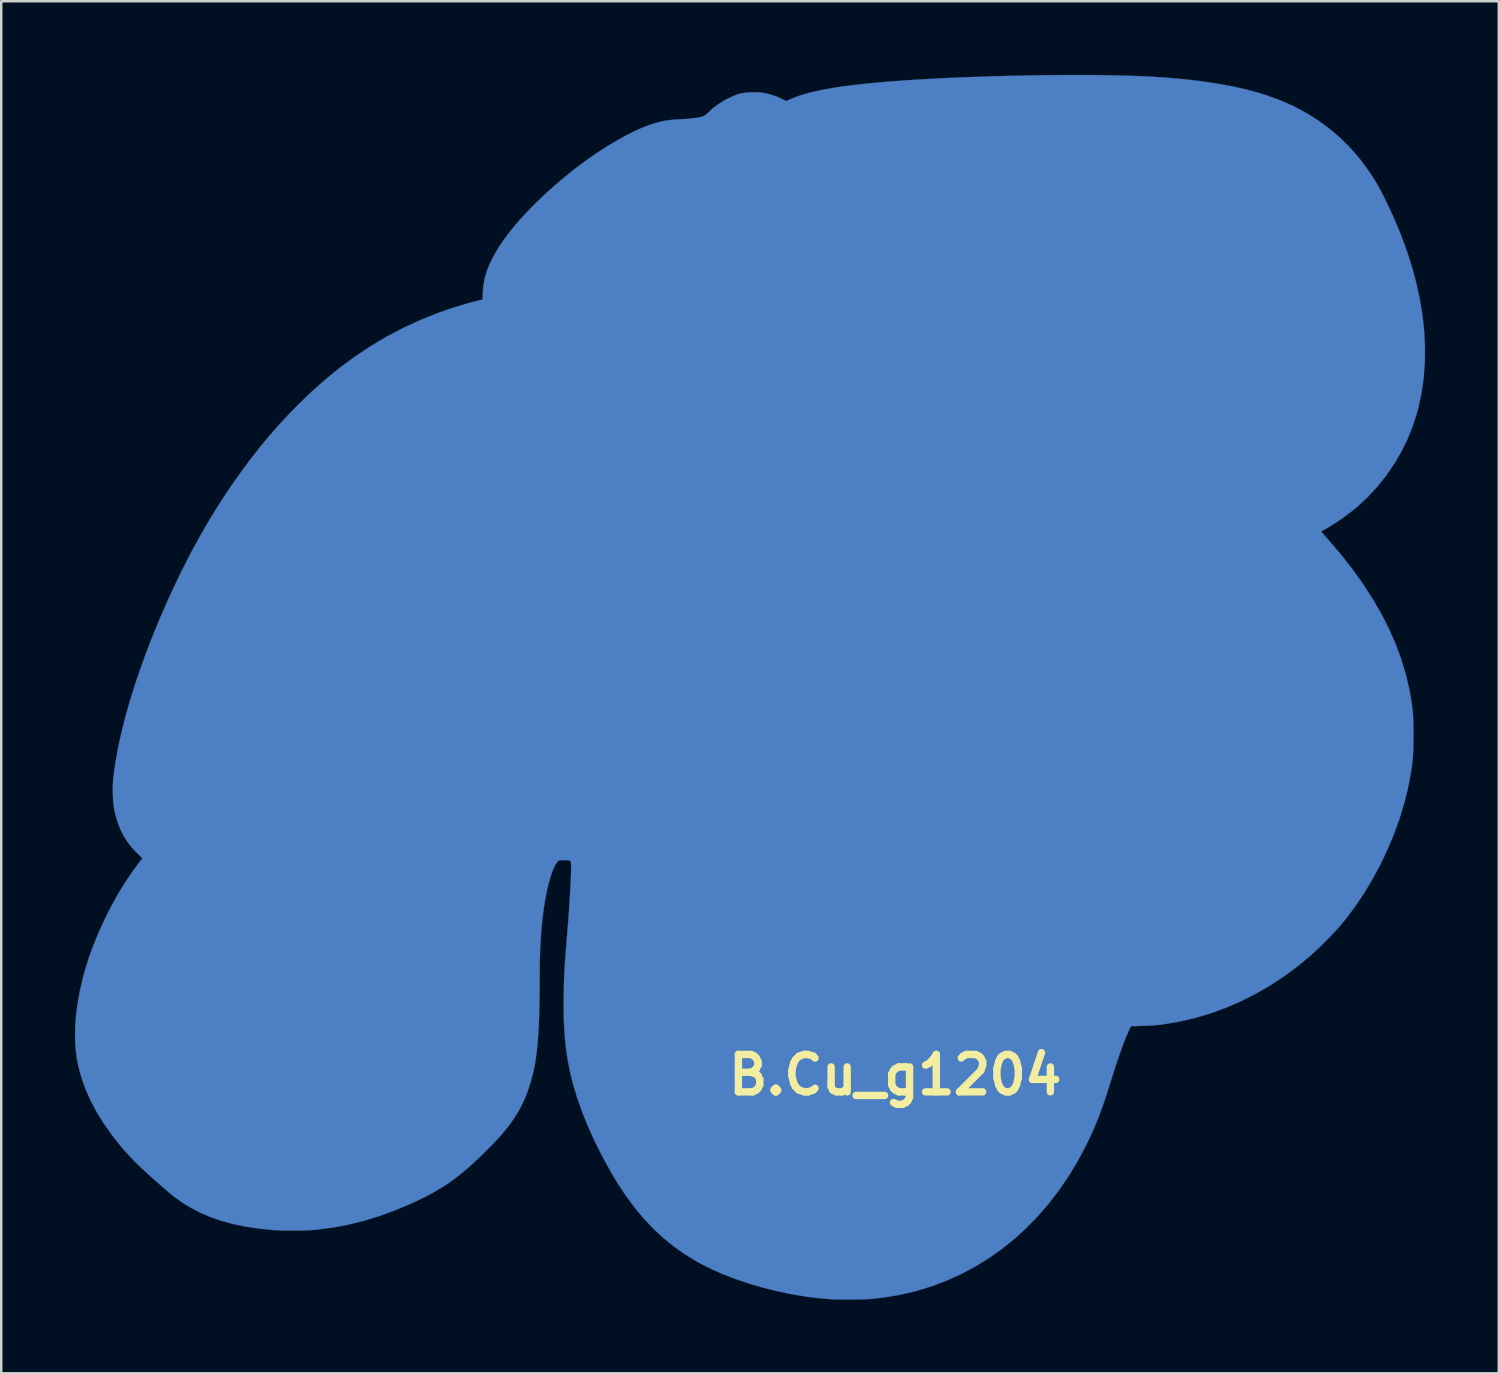
<source format=kicad_pcb>
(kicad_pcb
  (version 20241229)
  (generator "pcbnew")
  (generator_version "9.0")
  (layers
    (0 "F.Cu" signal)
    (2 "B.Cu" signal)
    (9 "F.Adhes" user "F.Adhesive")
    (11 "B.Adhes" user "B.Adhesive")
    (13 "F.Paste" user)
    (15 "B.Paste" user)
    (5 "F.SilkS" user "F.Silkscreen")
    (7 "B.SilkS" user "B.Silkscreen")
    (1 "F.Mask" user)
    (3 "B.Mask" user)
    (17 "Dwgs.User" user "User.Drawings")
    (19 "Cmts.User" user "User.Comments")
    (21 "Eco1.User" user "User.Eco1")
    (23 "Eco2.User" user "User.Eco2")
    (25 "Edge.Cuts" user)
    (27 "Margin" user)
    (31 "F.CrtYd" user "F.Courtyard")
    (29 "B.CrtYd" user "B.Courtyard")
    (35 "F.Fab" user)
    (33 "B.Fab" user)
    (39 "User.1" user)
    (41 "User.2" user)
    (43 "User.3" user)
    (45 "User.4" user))
  (footprint "B.Cu_g1204"
    (layer "F.Cu")
    (at 33.395 40.708)
    (property "Reference" "B.Cu_g1204" (at 0 0 0) (layer "F.SilkS") (effects (font (size 1.524 1.524) (thickness 0.3))))
    (attr through_hole)
    (fp_poly (pts (xy 7.682 -40.703) (xy 8.254 -40.699) (xy 8.801 -40.691) (xy 9.32 -40.68) (xy 9.806 -40.664) (xy 10.254 -40.645) (xy 10.351 -40.64) (xy 11.1 -40.591) (xy 11.81 -40.527) (xy 12.481 -40.448) (xy 13.115 -40.353) (xy 13.711 -40.244) (xy 14.27 -40.119) (xy 14.792 -39.979) (xy 15.113 -39.879) (xy 15.677 -39.673) (xy 16.216 -39.433) (xy 16.729 -39.16) (xy 17.215 -38.855) (xy 17.675 -38.518) (xy 18.107 -38.149) (xy 18.511 -37.749) (xy 18.885 -37.319) (xy 19.231 -36.858) (xy 19.357 -36.671) (xy 19.46 -36.511) (xy 19.549 -36.369) (xy 19.629 -36.234) (xy 19.706 -36.096) (xy 19.787 -35.945) (xy 19.877 -35.769) (xy 19.915 -35.693) (xy 20.249 -34.991) (xy 20.545 -34.294) (xy 20.804 -33.602) (xy 21.025 -32.917) (xy 21.208 -32.24) (xy 21.354 -31.57) (xy 21.462 -30.91) (xy 21.531 -30.26) (xy 21.562 -29.622) (xy 21.555 -28.995) (xy 21.51 -28.381) (xy 21.425 -27.782) (xy 21.302 -27.198) (xy 21.231 -26.93) (xy 21.058 -26.395) (xy 20.846 -25.872) (xy 20.596 -25.366) (xy 20.311 -24.878) (xy 19.992 -24.412) (xy 19.641 -23.97) (xy 19.26 -23.555) (xy 18.851 -23.171) (xy 18.849 -23.169) (xy 18.671 -23.02) (xy 18.472 -22.864) (xy 18.262 -22.709) (xy 18.047 -22.558) (xy 17.838 -22.419) (xy 17.642 -22.297) (xy 17.467 -22.198) (xy 17.452 -22.191) (xy 17.392 -22.157) (xy 17.352 -22.13) (xy 17.341 -22.116) (xy 17.356 -22.097) (xy 17.395 -22.051) (xy 17.453 -21.984) (xy 17.526 -21.9) (xy 17.611 -21.804) (xy 17.625 -21.788) (xy 18.143 -21.181) (xy 18.618 -20.573) (xy 19.052 -19.967) (xy 19.443 -19.36) (xy 19.793 -18.753) (xy 20.102 -18.145) (xy 20.369 -17.537) (xy 20.595 -16.927) (xy 20.779 -16.317) (xy 20.923 -15.704) (xy 20.963 -15.494) (xy 20.997 -15.297) (xy 21.025 -15.121) (xy 21.046 -14.957) (xy 21.063 -14.798) (xy 21.076 -14.636) (xy 21.084 -14.462) (xy 21.089 -14.27) (xy 21.092 -14.049) (xy 21.092 -13.832) (xy 21.091 -13.59) (xy 21.089 -13.382) (xy 21.084 -13.2) (xy 21.075 -13.035) (xy 21.064 -12.879) (xy 21.048 -12.724) (xy 21.027 -12.562) (xy 21.001 -12.383) (xy 20.974 -12.213) (xy 20.858 -11.617) (xy 20.705 -11.011) (xy 20.516 -10.401) (xy 20.294 -9.791) (xy 20.041 -9.187) (xy 19.759 -8.593) (xy 19.451 -8.015) (xy 19.118 -7.456) (xy 18.764 -6.921) (xy 18.39 -6.417) (xy 18.101 -6.064) (xy 17.986 -5.934) (xy 17.847 -5.784) (xy 17.691 -5.62) (xy 17.525 -5.451) (xy 17.357 -5.284) (xy 17.194 -5.126) (xy 17.043 -4.985) (xy 16.944 -4.895) (xy 16.409 -4.447) (xy 15.854 -4.034) (xy 15.281 -3.656) (xy 14.692 -3.314) (xy 14.09 -3.009) (xy 13.475 -2.741) (xy 12.849 -2.512) (xy 12.216 -2.323) (xy 11.576 -2.173) (xy 10.931 -2.065) (xy 10.753 -2.042) (xy 10.637 -2.031) (xy 10.492 -2.02) (xy 10.331 -2.01) (xy 10.167 -2.001) (xy 10.029 -1.996) (xy 9.592 -1.983) (xy 9.504 -1.795) (xy 9.412 -1.588) (xy 9.316 -1.349) (xy 9.214 -1.079) (xy 9.106 -0.774) (xy 8.991 -0.434) (xy 8.869 -0.056) (xy 8.749 0.328) (xy 8.622 0.732) (xy 8.5 1.102) (xy 8.379 1.443) (xy 8.258 1.764) (xy 8.133 2.071) (xy 8.002 2.371) (xy 7.862 2.67) (xy 7.749 2.9) (xy 7.41 3.533) (xy 7.045 4.136) (xy 6.653 4.708) (xy 6.235 5.25) (xy 5.793 5.76) (xy 5.327 6.237) (xy 4.839 6.681) (xy 4.328 7.091) (xy 3.796 7.466) (xy 3.244 7.805) (xy 2.672 8.109) (xy 2.082 8.375) (xy 1.475 8.604) (xy 0.85 8.795) (xy 0.688 8.837) (xy 0.105 8.967) (xy -0.489 9.062) (xy -1.067 9.123) (xy -1.155 9.128) (xy -1.279 9.132) (xy -1.429 9.135) (xy -1.598 9.138) (xy -1.778 9.139) (xy -1.961 9.14) (xy -2.14 9.14) (xy -2.306 9.138) (xy -2.452 9.136) (xy -2.571 9.133) (xy -2.635 9.129) (xy -3.187 9.08) (xy -3.748 9.006) (xy -4.313 8.908) (xy -4.876 8.788) (xy -5.433 8.647) (xy -5.977 8.486) (xy -6.505 8.308) (xy -7.009 8.114) (xy -7.485 7.904) (xy -7.929 7.682) (xy -8.098 7.588) (xy -8.569 7.298) (xy -9.017 6.981) (xy -9.444 6.634) (xy -9.85 6.256) (xy -10.239 5.844) (xy -10.611 5.399) (xy -10.967 4.916) (xy -11.311 4.396) (xy -11.603 3.905) (xy -11.934 3.299) (xy -12.235 2.697) (xy -12.504 2.104) (xy -12.74 1.521) (xy -12.942 0.952) (xy -13.11 0.399) (xy -13.186 0.104) (xy -13.27 -0.269) (xy -13.34 -0.641) (xy -13.397 -1.019) (xy -13.44 -1.407) (xy -13.472 -1.811) (xy -13.492 -2.239) (xy -13.5 -2.695) (xy -13.498 -3.186) (xy -13.498 -3.228) (xy -13.494 -3.45) (xy -13.489 -3.657) (xy -13.483 -3.854) (xy -13.476 -4.047) (xy -13.466 -4.242) (xy -13.455 -4.444) (xy -13.44 -4.661) (xy -13.423 -4.896) (xy -13.403 -5.158) (xy -13.379 -5.45) (xy -13.357 -5.723) (xy -13.331 -6.04) (xy -13.306 -6.354) (xy -13.284 -6.663) (xy -13.264 -6.961) (xy -13.246 -7.247) (xy -13.23 -7.516) (xy -13.218 -7.766) (xy -13.207 -7.992) (xy -13.2 -8.192) (xy -13.196 -8.362) (xy -13.196 -8.499) (xy -13.199 -8.599) (xy -13.202 -8.64) (xy -13.211 -8.683) (xy -13.23 -8.711) (xy -13.266 -8.728) (xy -13.327 -8.738) (xy -13.422 -8.743) (xy -13.441 -8.744) (xy -13.549 -8.747) (xy -13.624 -8.744) (xy -13.676 -8.734) (xy -13.714 -8.714) (xy -13.746 -8.684) (xy -13.818 -8.588) (xy -13.89 -8.452) (xy -13.961 -8.281) (xy -14.031 -8.079) (xy -14.098 -7.848) (xy -14.162 -7.593) (xy -14.22 -7.316) (xy -14.273 -7.022) (xy -14.275 -7.006) (xy -14.322 -6.693) (xy -14.362 -6.375) (xy -14.396 -6.046) (xy -14.423 -5.703) (xy -14.445 -5.339) (xy -14.461 -4.952) (xy -14.471 -4.534) (xy -14.477 -4.083) (xy -14.478 -3.768) (xy -14.481 -3.257) (xy -14.488 -2.786) (xy -14.499 -2.352) (xy -14.516 -1.953) (xy -14.538 -1.586) (xy -14.565 -1.249) (xy -14.597 -0.939) (xy -14.635 -0.654) (xy -14.679 -0.391) (xy -14.729 -0.149) (xy -14.752 -0.05) (xy -14.852 0.319) (xy -14.964 0.663) (xy -15.093 0.987) (xy -15.24 1.296) (xy -15.408 1.595) (xy -15.602 1.889) (xy -15.823 2.183) (xy -16.074 2.482) (xy -16.36 2.79) (xy -16.551 2.986) (xy -16.864 3.293) (xy -17.157 3.569) (xy -17.435 3.818) (xy -17.705 4.043) (xy -17.969 4.248) (xy -18.234 4.436) (xy -18.505 4.611) (xy -18.787 4.776) (xy -19.084 4.935) (xy -19.401 5.091) (xy -19.745 5.249) (xy -19.769 5.26) (xy -20.396 5.521) (xy -21.012 5.746) (xy -21.62 5.933) (xy -22.225 6.084) (xy -22.831 6.202) (xy -23.443 6.285) (xy -23.686 6.31) (xy -23.825 6.319) (xy -23.997 6.326) (xy -24.194 6.331) (xy -24.406 6.333) (xy -24.623 6.333) (xy -24.837 6.331) (xy -25.039 6.327) (xy -25.22 6.32) (xy -25.37 6.311) (xy -25.389 6.309) (xy -25.951 6.249) (xy -26.478 6.168) (xy -26.973 6.064) (xy -27.438 5.937) (xy -27.875 5.786) (xy -28.287 5.61) (xy -28.677 5.408) (xy -29.045 5.18) (xy -29.301 4.998) (xy -29.36 4.954) (xy -29.417 4.908) (xy -29.478 4.859) (xy -29.546 4.803) (xy -29.625 4.736) (xy -29.72 4.655) (xy -29.833 4.556) (xy -29.969 4.436) (xy -30.133 4.292) (xy -30.152 4.276) (xy -30.433 4.024) (xy -30.685 3.791) (xy -30.912 3.571) (xy -31.121 3.358) (xy -31.317 3.145) (xy -31.505 2.928) (xy -31.69 2.701) (xy -31.878 2.458) (xy -31.88 2.455) (xy -32.215 1.984) (xy -32.508 1.513) (xy -32.759 1.04) (xy -32.968 0.566) (xy -33.136 0.089) (xy -33.262 -0.39) (xy -33.316 -0.664) (xy -33.367 -1.064) (xy -33.39 -1.492) (xy -33.383 -1.944) (xy -33.349 -2.416) (xy -33.286 -2.905) (xy -33.196 -3.409) (xy -33.078 -3.923) (xy -32.985 -4.265) (xy -32.828 -4.767) (xy -32.642 -5.28) (xy -32.429 -5.798) (xy -32.194 -6.314) (xy -31.939 -6.821) (xy -31.669 -7.312) (xy -31.386 -7.779) (xy -31.095 -8.216) (xy -30.888 -8.501) (xy -30.819 -8.591) (xy -30.758 -8.673) (xy -30.709 -8.737) (xy -30.679 -8.778) (xy -30.674 -8.785) (xy -30.662 -8.808) (xy -30.666 -8.832) (xy -30.691 -8.864) (xy -30.742 -8.913) (xy -30.768 -8.937) (xy -31.014 -9.182) (xy -31.224 -9.439) (xy -31.403 -9.714) (xy -31.551 -10.011) (xy -31.672 -10.334) (xy -31.768 -10.687) (xy -31.784 -10.762) (xy -31.816 -10.955) (xy -31.839 -11.178) (xy -31.851 -11.419) (xy -31.854 -11.666) (xy -31.846 -11.909) (xy -31.827 -12.136) (xy -31.826 -12.141) (xy -31.748 -12.704) (xy -31.642 -13.296) (xy -31.507 -13.915) (xy -31.346 -14.559) (xy -31.157 -15.226) (xy -30.942 -15.913) (xy -30.702 -16.62) (xy -30.436 -17.343) (xy -30.258 -17.801) (xy -29.897 -18.679) (xy -29.518 -19.535) (xy -29.124 -20.369) (xy -28.715 -21.175) (xy -28.293 -21.952) (xy -27.861 -22.695) (xy -27.418 -23.402) (xy -27.076 -23.915) (xy -26.681 -24.476) (xy -26.293 -25.003) (xy -25.906 -25.5) (xy -25.516 -25.974) (xy -25.118 -26.431) (xy -24.707 -26.876) (xy -24.427 -27.165) (xy -23.831 -27.747) (xy -23.226 -28.288) (xy -22.61 -28.789) (xy -21.983 -29.251) (xy -21.343 -29.676) (xy -20.687 -30.064) (xy -20.015 -30.416) (xy -19.325 -30.733) (xy -18.616 -31.017) (xy -18.129 -31.188) (xy -17.98 -31.237) (xy -17.808 -31.29) (xy -17.624 -31.345) (xy -17.437 -31.399) (xy -17.258 -31.449) (xy -17.098 -31.492) (xy -16.966 -31.525) (xy -16.954 -31.528) (xy -16.796 -31.565) (xy -16.792 -31.823) (xy -16.77 -32.117) (xy -16.716 -32.416) (xy -16.627 -32.72) (xy -16.503 -33.032) (xy -16.343 -33.353) (xy -16.146 -33.686) (xy -15.912 -34.031) (xy -15.64 -34.39) (xy -15.606 -34.433) (xy -15.318 -34.774) (xy -14.997 -35.125) (xy -14.646 -35.482) (xy -14.272 -35.84) (xy -13.88 -36.193) (xy -13.475 -36.538) (xy -13.063 -36.869) (xy -12.649 -37.181) (xy -12.238 -37.47) (xy -12.16 -37.522) (xy -11.761 -37.78) (xy -11.376 -38.012) (xy -11.007 -38.218) (xy -10.658 -38.397) (xy -10.329 -38.547) (xy -10.024 -38.666) (xy -9.785 -38.744) (xy -9.608 -38.791) (xy -9.442 -38.829) (xy -9.276 -38.857) (xy -9.099 -38.879) (xy -8.9 -38.895) (xy -8.71 -38.905) (xy -8.454 -38.921) (xy -8.236 -38.942) (xy -8.053 -38.968) (xy -7.901 -39.001) (xy -7.831 -39.022) (xy -7.75 -39.061) (xy -7.661 -39.131) (xy -7.609 -39.182) (xy -7.421 -39.352) (xy -7.203 -39.516) (xy -6.967 -39.665) (xy -6.722 -39.793) (xy -6.481 -39.894) (xy -6.361 -39.934) (xy -6.206 -39.968) (xy -6.023 -39.992) (xy -5.827 -40.003) (xy -5.631 -40.003) (xy -5.447 -39.989) (xy -5.345 -39.974) (xy -5.107 -39.918) (xy -4.871 -39.841) (xy -4.654 -39.748) (xy -4.61 -39.726) (xy -4.444 -39.64) (xy -4.28 -39.714) (xy -4.062 -39.805) (xy -3.817 -39.89) (xy -3.544 -39.97) (xy -3.24 -40.044) (xy -2.905 -40.114) (xy -2.536 -40.179) (xy -2.132 -40.24) (xy -1.691 -40.297) (xy -1.211 -40.35) (xy -0.691 -40.4) (xy -0.624 -40.406) (xy -0.138 -40.446) (xy 0.382 -40.484) (xy 0.931 -40.519) (xy 1.504 -40.551) (xy 2.097 -40.581) (xy 2.707 -40.607) (xy 3.329 -40.631) (xy 3.959 -40.651) (xy 4.594 -40.668) (xy 5.228 -40.682) (xy 5.858 -40.693) (xy 6.48 -40.7) (xy 7.089 -40.703) (xy 7.682 -40.703)) (stroke (width 0.01) (type solid)) (fill yes) (layer "B.Cu")))
  (gr_rect
    (start -3 -3)
    (end 57.962 52.853)
    (stroke (width 0.1) (type default))
    (fill no)
    (layer "Edge.Cuts")))
</source>
